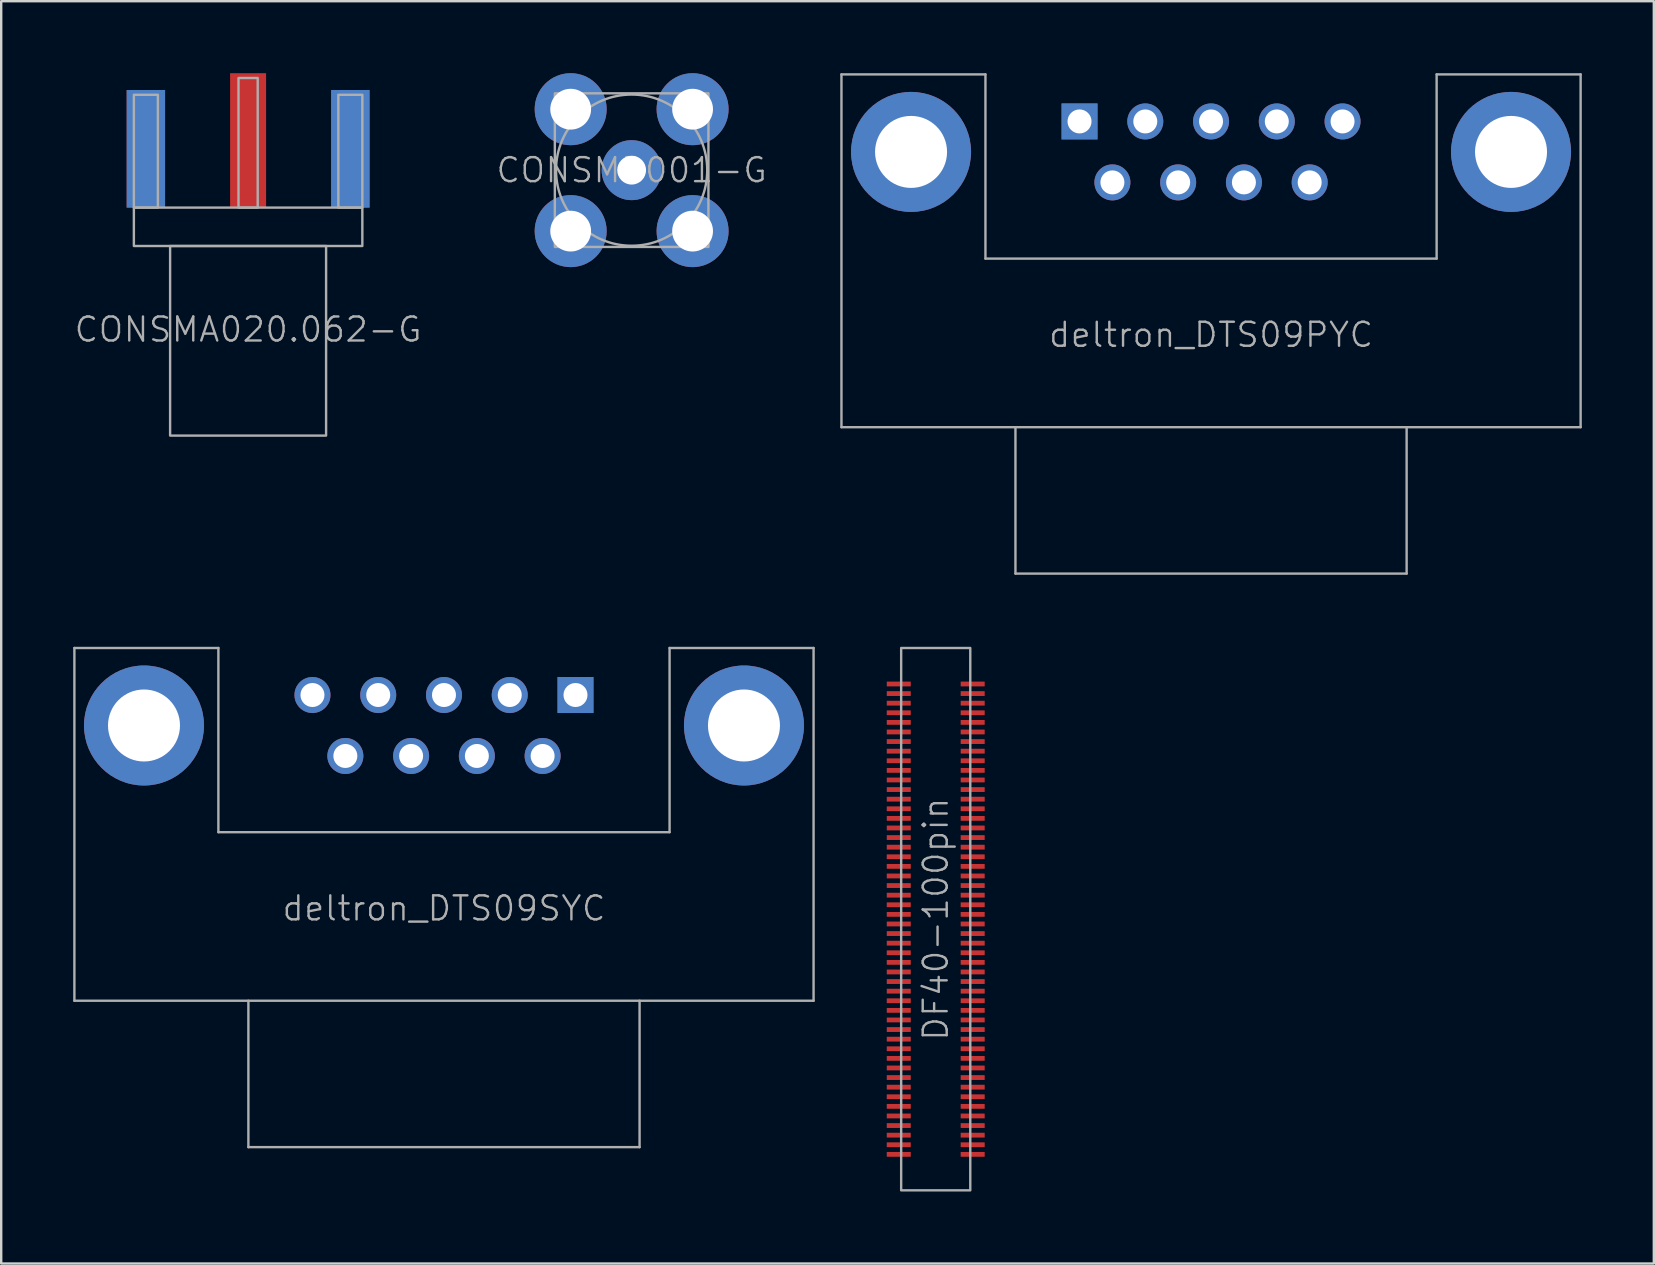
<source format=kicad_pcb>
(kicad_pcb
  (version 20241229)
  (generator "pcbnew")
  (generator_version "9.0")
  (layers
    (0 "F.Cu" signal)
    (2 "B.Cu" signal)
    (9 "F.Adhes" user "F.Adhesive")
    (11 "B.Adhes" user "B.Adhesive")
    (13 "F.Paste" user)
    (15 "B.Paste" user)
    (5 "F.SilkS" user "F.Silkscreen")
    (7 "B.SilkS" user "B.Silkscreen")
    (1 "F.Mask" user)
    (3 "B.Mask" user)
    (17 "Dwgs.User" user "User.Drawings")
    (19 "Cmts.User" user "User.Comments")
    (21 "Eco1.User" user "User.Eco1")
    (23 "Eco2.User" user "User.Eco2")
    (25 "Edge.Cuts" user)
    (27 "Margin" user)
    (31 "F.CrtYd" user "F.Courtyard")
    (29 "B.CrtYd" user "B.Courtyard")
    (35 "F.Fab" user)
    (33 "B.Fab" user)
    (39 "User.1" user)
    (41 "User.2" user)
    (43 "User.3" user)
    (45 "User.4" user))
  (footprint "DF40-100pin"
    (layer "F.Cu")
    (at 35.94 35.25)
    (property "Reference" "DF40-100pin" (at 0 0 270) (layer "F.Fab") (effects (font (size 1 1) (thickness 0.1))))
    (attr smd)
    (fp_rect (start -1.44 11.3) (end 1.44 -11.3) (stroke (width 0.1) (type default)) (fill no) (layer "F.Fab"))
    (pad "1" smd rect (at -1.54 -9.8 270) (size 0.2 1) (layers "F.Cu" "F.Mask" "F.Paste"))
    (pad "2" smd rect (at 1.54 -9.8 270) (size 0.2 1) (layers "F.Cu" "F.Mask" "F.Paste"))
    (pad "3" smd rect (at -1.54 -9.4 270) (size 0.2 1) (layers "F.Cu" "F.Mask" "F.Paste"))
    (pad "4" smd rect (at 1.54 -9.4 270) (size 0.2 1) (layers "F.Cu" "F.Mask" "F.Paste"))
    (pad "5" smd rect (at -1.54 -9 270) (size 0.2 1) (layers "F.Cu" "F.Mask" "F.Paste"))
    (pad "6" smd rect (at 1.54 -9 270) (size 0.2 1) (layers "F.Cu" "F.Mask" "F.Paste"))
    (pad "7" smd rect (at -1.54 -8.6 270) (size 0.2 1) (layers "F.Cu" "F.Mask" "F.Paste"))
    (pad "8" smd rect (at 1.54 -8.6 270) (size 0.2 1) (layers "F.Cu" "F.Mask" "F.Paste"))
    (pad "9" smd rect (at -1.54 -8.2 270) (size 0.2 1) (layers "F.Cu" "F.Mask" "F.Paste"))
    (pad "10" smd rect (at 1.54 -8.2 270) (size 0.2 1) (layers "F.Cu" "F.Mask" "F.Paste"))
    (pad "11" smd rect (at -1.54 -7.8 270) (size 0.2 1) (layers "F.Cu" "F.Mask" "F.Paste"))
    (pad "12" smd rect (at 1.54 -7.8 270) (size 0.2 1) (layers "F.Cu" "F.Mask" "F.Paste"))
    (pad "13" smd rect (at -1.54 -7.4 270) (size 0.2 1) (layers "F.Cu" "F.Mask" "F.Paste"))
    (pad "14" smd rect (at 1.54 -7.4 270) (size 0.2 1) (layers "F.Cu" "F.Mask" "F.Paste"))
    (pad "15" smd rect (at -1.54 -7 270) (size 0.2 1) (layers "F.Cu" "F.Mask" "F.Paste"))
    (pad "16" smd rect (at 1.54 -7 270) (size 0.2 1) (layers "F.Cu" "F.Mask" "F.Paste"))
    (pad "17" smd rect (at -1.54 -6.6 270) (size 0.2 1) (layers "F.Cu" "F.Mask" "F.Paste"))
    (pad "18" smd rect (at 1.54 -6.6 270) (size 0.2 1) (layers "F.Cu" "F.Mask" "F.Paste"))
    (pad "19" smd rect (at -1.54 -6.2 270) (size 0.2 1) (layers "F.Cu" "F.Mask" "F.Paste"))
    (pad "20" smd rect (at 1.54 -6.2 270) (size 0.2 1) (layers "F.Cu" "F.Mask" "F.Paste"))
    (pad "21" smd rect (at -1.54 -5.8 270) (size 0.2 1) (layers "F.Cu" "F.Mask" "F.Paste"))
    (pad "22" smd rect (at 1.54 -5.8 270) (size 0.2 1) (layers "F.Cu" "F.Mask" "F.Paste"))
    (pad "23" smd rect (at -1.54 -5.4 270) (size 0.2 1) (layers "F.Cu" "F.Mask" "F.Paste"))
    (pad "24" smd rect (at 1.54 -5.4 270) (size 0.2 1) (layers "F.Cu" "F.Mask" "F.Paste"))
    (pad "25" smd rect (at -1.54 -5 270) (size 0.2 1) (layers "F.Cu" "F.Mask" "F.Paste"))
    (pad "26" smd rect (at 1.54 -5 270) (size 0.2 1) (layers "F.Cu" "F.Mask" "F.Paste"))
    (pad "27" smd rect (at -1.54 -4.6 270) (size 0.2 1) (layers "F.Cu" "F.Mask" "F.Paste"))
    (pad "28" smd rect (at 1.54 -4.6 270) (size 0.2 1) (layers "F.Cu" "F.Mask" "F.Paste"))
    (pad "29" smd rect (at -1.54 -4.2 270) (size 0.2 1) (layers "F.Cu" "F.Mask" "F.Paste"))
    (pad "30" smd rect (at 1.54 -4.2 270) (size 0.2 1) (layers "F.Cu" "F.Mask" "F.Paste"))
    (pad "31" smd rect (at -1.54 -3.8 270) (size 0.2 1) (layers "F.Cu" "F.Mask" "F.Paste"))
    (pad "32" smd rect (at 1.54 -3.8 270) (size 0.2 1) (layers "F.Cu" "F.Mask" "F.Paste"))
    (pad "33" smd rect (at -1.54 -3.4 270) (size 0.2 1) (layers "F.Cu" "F.Mask" "F.Paste"))
    (pad "34" smd rect (at 1.54 -3.4 270) (size 0.2 1) (layers "F.Cu" "F.Mask" "F.Paste"))
    (pad "35" smd rect (at -1.54 -3 270) (size 0.2 1) (layers "F.Cu" "F.Mask" "F.Paste"))
    (pad "36" smd rect (at 1.54 -3 270) (size 0.2 1) (layers "F.Cu" "F.Mask" "F.Paste"))
    (pad "37" smd rect (at -1.54 -2.6 270) (size 0.2 1) (layers "F.Cu" "F.Mask" "F.Paste"))
    (pad "38" smd rect (at 1.54 -2.6 270) (size 0.2 1) (layers "F.Cu" "F.Mask" "F.Paste"))
    (pad "39" smd rect (at -1.54 -2.2 270) (size 0.2 1) (layers "F.Cu" "F.Mask" "F.Paste"))
    (pad "40" smd rect (at 1.54 -2.2 270) (size 0.2 1) (layers "F.Cu" "F.Mask" "F.Paste"))
    (pad "41" smd rect (at -1.54 -1.8 270) (size 0.2 1) (layers "F.Cu" "F.Mask" "F.Paste"))
    (pad "42" smd rect (at 1.54 -1.8 270) (size 0.2 1) (layers "F.Cu" "F.Mask" "F.Paste"))
    (pad "43" smd rect (at -1.54 -1.4 270) (size 0.2 1) (layers "F.Cu" "F.Mask" "F.Paste"))
    (pad "44" smd rect (at 1.54 -1.4 270) (size 0.2 1) (layers "F.Cu" "F.Mask" "F.Paste"))
    (pad "45" smd rect (at -1.54 -1 270) (size 0.2 1) (layers "F.Cu" "F.Mask" "F.Paste"))
    (pad "46" smd rect (at 1.54 -1 270) (size 0.2 1) (layers "F.Cu" "F.Mask" "F.Paste"))
    (pad "47" smd rect (at -1.54 -0.6 270) (size 0.2 1) (layers "F.Cu" "F.Mask" "F.Paste"))
    (pad "48" smd rect (at 1.54 -0.6 270) (size 0.2 1) (layers "F.Cu" "F.Mask" "F.Paste"))
    (pad "49" smd rect (at -1.54 -0.2 270) (size 0.2 1) (layers "F.Cu" "F.Mask" "F.Paste"))
    (pad "50" smd rect (at 1.54 -0.2 270) (size 0.2 1) (layers "F.Cu" "F.Mask" "F.Paste"))
    (pad "51" smd rect (at -1.54 0.2 270) (size 0.2 1) (layers "F.Cu" "F.Mask" "F.Paste"))
    (pad "52" smd rect (at 1.54 0.2 270) (size 0.2 1) (layers "F.Cu" "F.Mask" "F.Paste"))
    (pad "53" smd rect (at -1.54 0.6 270) (size 0.2 1) (layers "F.Cu" "F.Mask" "F.Paste"))
    (pad "54" smd rect (at 1.54 0.6 270) (size 0.2 1) (layers "F.Cu" "F.Mask" "F.Paste"))
    (pad "55" smd rect (at -1.54 1 270) (size 0.2 1) (layers "F.Cu" "F.Mask" "F.Paste"))
    (pad "56" smd rect (at 1.54 1 270) (size 0.2 1) (layers "F.Cu" "F.Mask" "F.Paste"))
    (pad "57" smd rect (at -1.54 1.4 270) (size 0.2 1) (layers "F.Cu" "F.Mask" "F.Paste"))
    (pad "58" smd rect (at 1.54 1.4 270) (size 0.2 1) (layers "F.Cu" "F.Mask" "F.Paste"))
    (pad "59" smd rect (at -1.54 1.8 270) (size 0.2 1) (layers "F.Cu" "F.Mask" "F.Paste"))
    (pad "60" smd rect (at 1.54 1.8 270) (size 0.2 1) (layers "F.Cu" "F.Mask" "F.Paste"))
    (pad "61" smd rect (at -1.54 2.2 270) (size 0.2 1) (layers "F.Cu" "F.Mask" "F.Paste"))
    (pad "62" smd rect (at 1.54 2.2 270) (size 0.2 1) (layers "F.Cu" "F.Mask" "F.Paste"))
    (pad "63" smd rect (at -1.54 2.6 270) (size 0.2 1) (layers "F.Cu" "F.Mask" "F.Paste"))
    (pad "64" smd rect (at 1.54 2.6 270) (size 0.2 1) (layers "F.Cu" "F.Mask" "F.Paste"))
    (pad "65" smd rect (at -1.54 3 270) (size 0.2 1) (layers "F.Cu" "F.Mask" "F.Paste"))
    (pad "66" smd rect (at 1.54 3 270) (size 0.2 1) (layers "F.Cu" "F.Mask" "F.Paste"))
    (pad "67" smd rect (at -1.54 3.4 270) (size 0.2 1) (layers "F.Cu" "F.Mask" "F.Paste"))
    (pad "68" smd rect (at 1.54 3.4 270) (size 0.2 1) (layers "F.Cu" "F.Mask" "F.Paste"))
    (pad "69" smd rect (at -1.54 3.8 270) (size 0.2 1) (layers "F.Cu" "F.Mask" "F.Paste"))
    (pad "70" smd rect (at 1.54 3.8 270) (size 0.2 1) (layers "F.Cu" "F.Mask" "F.Paste"))
    (pad "71" smd rect (at -1.54 4.2 270) (size 0.2 1) (layers "F.Cu" "F.Mask" "F.Paste"))
    (pad "72" smd rect (at 1.54 4.2 270) (size 0.2 1) (layers "F.Cu" "F.Mask" "F.Paste"))
    (pad "73" smd rect (at -1.54 4.6 270) (size 0.2 1) (layers "F.Cu" "F.Mask" "F.Paste"))
    (pad "74" smd rect (at 1.54 4.6 270) (size 0.2 1) (layers "F.Cu" "F.Mask" "F.Paste"))
    (pad "75" smd rect (at -1.54 5 270) (size 0.2 1) (layers "F.Cu" "F.Mask" "F.Paste"))
    (pad "76" smd rect (at 1.54 5 270) (size 0.2 1) (layers "F.Cu" "F.Mask" "F.Paste"))
    (pad "77" smd rect (at -1.54 5.4 270) (size 0.2 1) (layers "F.Cu" "F.Mask" "F.Paste"))
    (pad "78" smd rect (at 1.54 5.4 270) (size 0.2 1) (layers "F.Cu" "F.Mask" "F.Paste"))
    (pad "79" smd rect (at -1.54 5.8 270) (size 0.2 1) (layers "F.Cu" "F.Mask" "F.Paste"))
    (pad "80" smd rect (at 1.54 5.8 270) (size 0.2 1) (layers "F.Cu" "F.Mask" "F.Paste"))
    (pad "81" smd rect (at -1.54 6.2 270) (size 0.2 1) (layers "F.Cu" "F.Mask" "F.Paste"))
    (pad "82" smd rect (at 1.54 6.2 270) (size 0.2 1) (layers "F.Cu" "F.Mask" "F.Paste"))
    (pad "83" smd rect (at -1.54 6.6 270) (size 0.2 1) (layers "F.Cu" "F.Mask" "F.Paste"))
    (pad "84" smd rect (at 1.54 6.6 270) (size 0.2 1) (layers "F.Cu" "F.Mask" "F.Paste"))
    (pad "85" smd rect (at -1.54 7 270) (size 0.2 1) (layers "F.Cu" "F.Mask" "F.Paste"))
    (pad "86" smd rect (at 1.54 7 270) (size 0.2 1) (layers "F.Cu" "F.Mask" "F.Paste"))
    (pad "87" smd rect (at -1.54 7.4 270) (size 0.2 1) (layers "F.Cu" "F.Mask" "F.Paste"))
    (pad "88" smd rect (at 1.54 7.4 270) (size 0.2 1) (layers "F.Cu" "F.Mask" "F.Paste"))
    (pad "89" smd rect (at -1.54 7.8 270) (size 0.2 1) (layers "F.Cu" "F.Mask" "F.Paste"))
    (pad "90" smd rect (at 1.54 7.8 270) (size 0.2 1) (layers "F.Cu" "F.Mask" "F.Paste"))
    (pad "91" smd rect (at -1.54 8.2 270) (size 0.2 1) (layers "F.Cu" "F.Mask" "F.Paste"))
    (pad "92" smd rect (at 1.54 8.2 270) (size 0.2 1) (layers "F.Cu" "F.Mask" "F.Paste"))
    (pad "93" smd rect (at -1.54 8.6 270) (size 0.2 1) (layers "F.Cu" "F.Mask" "F.Paste"))
    (pad "94" smd rect (at 1.54 8.6 270) (size 0.2 1) (layers "F.Cu" "F.Mask" "F.Paste"))
    (pad "95" smd rect (at -1.54 9 270) (size 0.2 1) (layers "F.Cu" "F.Mask" "F.Paste"))
    (pad "96" smd rect (at 1.54 9 270) (size 0.2 1) (layers "F.Cu" "F.Mask" "F.Paste"))
    (pad "97" smd rect (at -1.54 9.4 270) (size 0.2 1) (layers "F.Cu" "F.Mask" "F.Paste"))
    (pad "98" smd rect (at 1.54 9.4 270) (size 0.2 1) (layers "F.Cu" "F.Mask" "F.Paste"))
    (pad "99" smd rect (at -1.54 9.8 270) (size 0.2 1) (layers "F.Cu" "F.Mask" "F.Paste"))
    (pad "100" smd rect (at 1.54 9.8 270) (size 0.2 1) (layers "F.Cu" "F.Mask" "F.Paste")))
  (footprint "CONSMA020.062-G"
    (layer "F.Cu")
    (at 7.288 5.6)
    (property "Reference" "CONSMA020.062-G" (at 0 5.08 0) (unlocked yes) (layer "F.Fab") (effects (font (size 1 1) (thickness 0.1))))
    (attr smd)
    (fp_rect (start -4.76 -4.7) (end -3.76 0) (stroke (width 0.1) (type default)) (fill no) (layer "F.Fab"))
    (fp_rect (start -4.76 0) (end 4.76 1.6) (stroke (width 0.1) (type default)) (fill no) (layer "F.Fab"))
    (fp_rect (start -3.25 1.6) (end 3.25 9.5) (stroke (width 0.1) (type default)) (fill no) (layer "F.Fab"))
    (fp_rect (start -0.4 -5.4) (end 0.4 0) (stroke (width 0.1) (type default)) (fill no) (layer "F.Fab"))
    (fp_rect (start 3.76 -4.7) (end 4.76 0) (stroke (width 0.1) (type default)) (fill no) (layer "F.Fab"))
    (pad "1" smd rect (at 0 -2.8) (size 1.5 5.6) (layers "F.Cu" "F.Mask" "F.Paste"))
    (pad "2" smd rect (at -4.26 -2.45) (size 1.6 4.9) (layers "F.Cu" "F.Mask" "F.Paste"))
    (pad "2" smd rect (at -4.26 -2.45) (size 1.6 4.9) (layers "B.Cu" "B.Mask" "B.Paste"))
    (pad "2" smd rect (at 4.26 -2.45) (size 1.6 4.9) (layers "F.Cu" "F.Mask" "F.Paste"))
    (pad "2" smd rect (at 4.26 -2.45) (size 1.6 4.9) (layers "B.Cu" "B.Mask" "B.Paste")))
  (footprint "CONSMB001-G"
    (layer "F.Cu")
    (at 23.269 4.04)
    (property "Reference" "CONSMB001-G" (at 0 0 0) (unlocked yes) (layer "F.Fab") (effects (font (size 1 1) (thickness 0.1))))
    (attr through_hole)
    (fp_rect (start -3.2 3.2) (end 3.2 -3.2) (stroke (width 0.1) (type default)) (fill no) (layer "F.Fab"))
    (fp_circle (center 0 0) (end 3.15 0) (stroke (width 0.1) (type default)) (fill no) (layer "F.Fab"))
    (pad "1" thru_hole circle (at 0 0) (size 2.5 2.5) (drill 1.2) (layers "*.Cu" "*.Mask"))
    (pad "2" thru_hole circle (at -2.54 -2.54) (size 3 3) (drill 1.7) (layers "*.Cu" "*.Mask"))
    (pad "2" thru_hole circle (at -2.54 2.54) (size 3 3) (drill 1.7) (layers "*.Cu" "*.Mask"))
    (pad "2" thru_hole circle (at 2.54 -2.54) (size 3 3) (drill 1.7) (layers "*.Cu" "*.Mask"))
    (pad "2" thru_hole circle (at 2.54 2.54) (size 3 3) (drill 1.7) (layers "*.Cu" "*.Mask")))
  (footprint "deltron_DTS09PYC"
    (layer "F.Cu")
    (at 47.412 3.28)
    (property "Reference" "deltron_DTS09PYC" (at 0 7.62 0) (unlocked yes) (layer "F.Fab") (effects (font (size 1 1) (thickness 0.1))))
    (attr through_hole)
    (fp_line (start -15.4 -3.23) (end -9.4 -3.23) (stroke (width 0.1) (type default)) (layer "F.Fab"))
    (fp_line (start -15.4 11.47) (end -15.4 -3.23) (stroke (width 0.1) (type default)) (layer "F.Fab"))
    (fp_line (start -15.4 11.47) (end 15.4 11.47) (stroke (width 0.1) (type default)) (layer "F.Fab"))
    (fp_line (start -9.4 -3.23) (end -9.4 4.445) (stroke (width 0.1) (type default)) (layer "F.Fab"))
    (fp_line (start -8.15 17.57) (end -8.15 11.47) (stroke (width 0.1) (type default)) (layer "F.Fab"))
    (fp_line (start -8.15 17.57) (end 8.15 17.57) (stroke (width 0.1) (type default)) (layer "F.Fab"))
    (fp_line (start 8.15 17.57) (end 8.15 11.47) (stroke (width 0.1) (type default)) (layer "F.Fab"))
    (fp_line (start 9.4 -3.23) (end 9.4 4.445) (stroke (width 0.1) (type default)) (layer "F.Fab"))
    (fp_line (start 9.4 4.445) (end -9.4 4.445) (stroke (width 0.1) (type default)) (layer "F.Fab"))
    (fp_line (start 15.4 -3.23) (end 9.4 -3.23) (stroke (width 0.1) (type default)) (layer "F.Fab"))
    (fp_line (start 15.4 11.47) (end 15.4 -3.23) (stroke (width 0.1) (type default)) (layer "F.Fab"))
    (pad "1" thru_hole rect (at -5.48 -1.27) (size 1.5 1.5) (drill 1) (layers "*.Cu" "*.Mask"))
    (pad "2" thru_hole circle (at -2.74 -1.27) (size 1.5 1.5) (drill 1) (layers "*.Cu" "*.Mask"))
    (pad "3" thru_hole circle (at 0 -1.27) (size 1.5 1.5) (drill 1) (layers "*.Cu" "*.Mask"))
    (pad "4" thru_hole circle (at 2.74 -1.27) (size 1.5 1.5) (drill 1) (layers "*.Cu" "*.Mask"))
    (pad "5" thru_hole circle (at 5.48 -1.27) (size 1.5 1.5) (drill 1) (layers "*.Cu" "*.Mask"))
    (pad "6" thru_hole circle (at -4.11 1.27) (size 1.5 1.5) (drill 1) (layers "*.Cu" "*.Mask"))
    (pad "7" thru_hole circle (at -1.37 1.27) (size 1.5 1.5) (drill 1) (layers "*.Cu" "*.Mask"))
    (pad "8" thru_hole circle (at 1.37 1.27) (size 1.5 1.5) (drill 1) (layers "*.Cu" "*.Mask"))
    (pad "9" thru_hole circle (at 4.11 1.27) (size 1.5 1.5) (drill 1) (layers "*.Cu" "*.Mask"))
    (pad "10" thru_hole circle (at -12.5 0) (size 5 5) (drill 3) (layers "*.Cu" "*.Mask"))
    (pad "10" thru_hole circle (at 12.5 0) (size 5 5) (drill 3) (layers "*.Cu" "*.Mask")))
  (footprint "deltron_DTS09SYC"
    (layer "F.Cu")
    (at 15.45 27.18)
    (property "Reference" "deltron_DTS09SYC" (at 0 7.62 0) (unlocked yes) (layer "F.Fab") (effects (font (size 1 1) (thickness 0.1))))
    (attr through_hole)
    (fp_line (start -15.4 -3.23) (end -9.4 -3.23) (stroke (width 0.1) (type default)) (layer "F.Fab"))
    (fp_line (start -15.4 11.47) (end -15.4 -3.23) (stroke (width 0.1) (type default)) (layer "F.Fab"))
    (fp_line (start -15.4 11.47) (end 15.4 11.47) (stroke (width 0.1) (type default)) (layer "F.Fab"))
    (fp_line (start -9.4 -3.23) (end -9.4 4.445) (stroke (width 0.1) (type default)) (layer "F.Fab"))
    (fp_line (start -8.15 17.57) (end -8.15 11.47) (stroke (width 0.1) (type default)) (layer "F.Fab"))
    (fp_line (start -8.15 17.57) (end 8.15 17.57) (stroke (width 0.1) (type default)) (layer "F.Fab"))
    (fp_line (start 8.15 17.57) (end 8.15 11.47) (stroke (width 0.1) (type default)) (layer "F.Fab"))
    (fp_line (start 9.4 -3.23) (end 9.4 4.445) (stroke (width 0.1) (type default)) (layer "F.Fab"))
    (fp_line (start 9.4 4.445) (end -9.4 4.445) (stroke (width 0.1) (type default)) (layer "F.Fab"))
    (fp_line (start 15.4 -3.23) (end 9.4 -3.23) (stroke (width 0.1) (type default)) (layer "F.Fab"))
    (fp_line (start 15.4 11.47) (end 15.4 -3.23) (stroke (width 0.1) (type default)) (layer "F.Fab"))
    (pad "1" thru_hole rect (at 5.48 -1.27) (size 1.5 1.5) (drill 1) (layers "*.Cu" "*.Mask"))
    (pad "2" thru_hole circle (at 2.74 -1.27) (size 1.5 1.5) (drill 1) (layers "*.Cu" "*.Mask"))
    (pad "3" thru_hole circle (at 0 -1.27) (size 1.5 1.5) (drill 1) (layers "*.Cu" "*.Mask"))
    (pad "4" thru_hole circle (at -2.74 -1.27) (size 1.5 1.5) (drill 1) (layers "*.Cu" "*.Mask"))
    (pad "5" thru_hole circle (at -5.48 -1.27) (size 1.5 1.5) (drill 1) (layers "*.Cu" "*.Mask"))
    (pad "6" thru_hole circle (at 4.11 1.27) (size 1.5 1.5) (drill 1) (layers "*.Cu" "*.Mask"))
    (pad "7" thru_hole circle (at 1.37 1.27) (size 1.5 1.5) (drill 1) (layers "*.Cu" "*.Mask"))
    (pad "8" thru_hole circle (at -1.37 1.27) (size 1.5 1.5) (drill 1) (layers "*.Cu" "*.Mask"))
    (pad "9" thru_hole circle (at -4.11 1.27) (size 1.5 1.5) (drill 1) (layers "*.Cu" "*.Mask"))
    (pad "10" thru_hole circle (at -12.5 0) (size 5 5) (drill 3) (layers "*.Cu" "*.Mask"))
    (pad "10" thru_hole circle (at 12.5 0) (size 5 5) (drill 3) (layers "*.Cu" "*.Mask")))
  (gr_rect
    (start -3 -3)
    (end 65.862 49.6)
    (stroke (width 0.1) (type default))
    (fill no)
    (layer "Edge.Cuts")))
</source>
